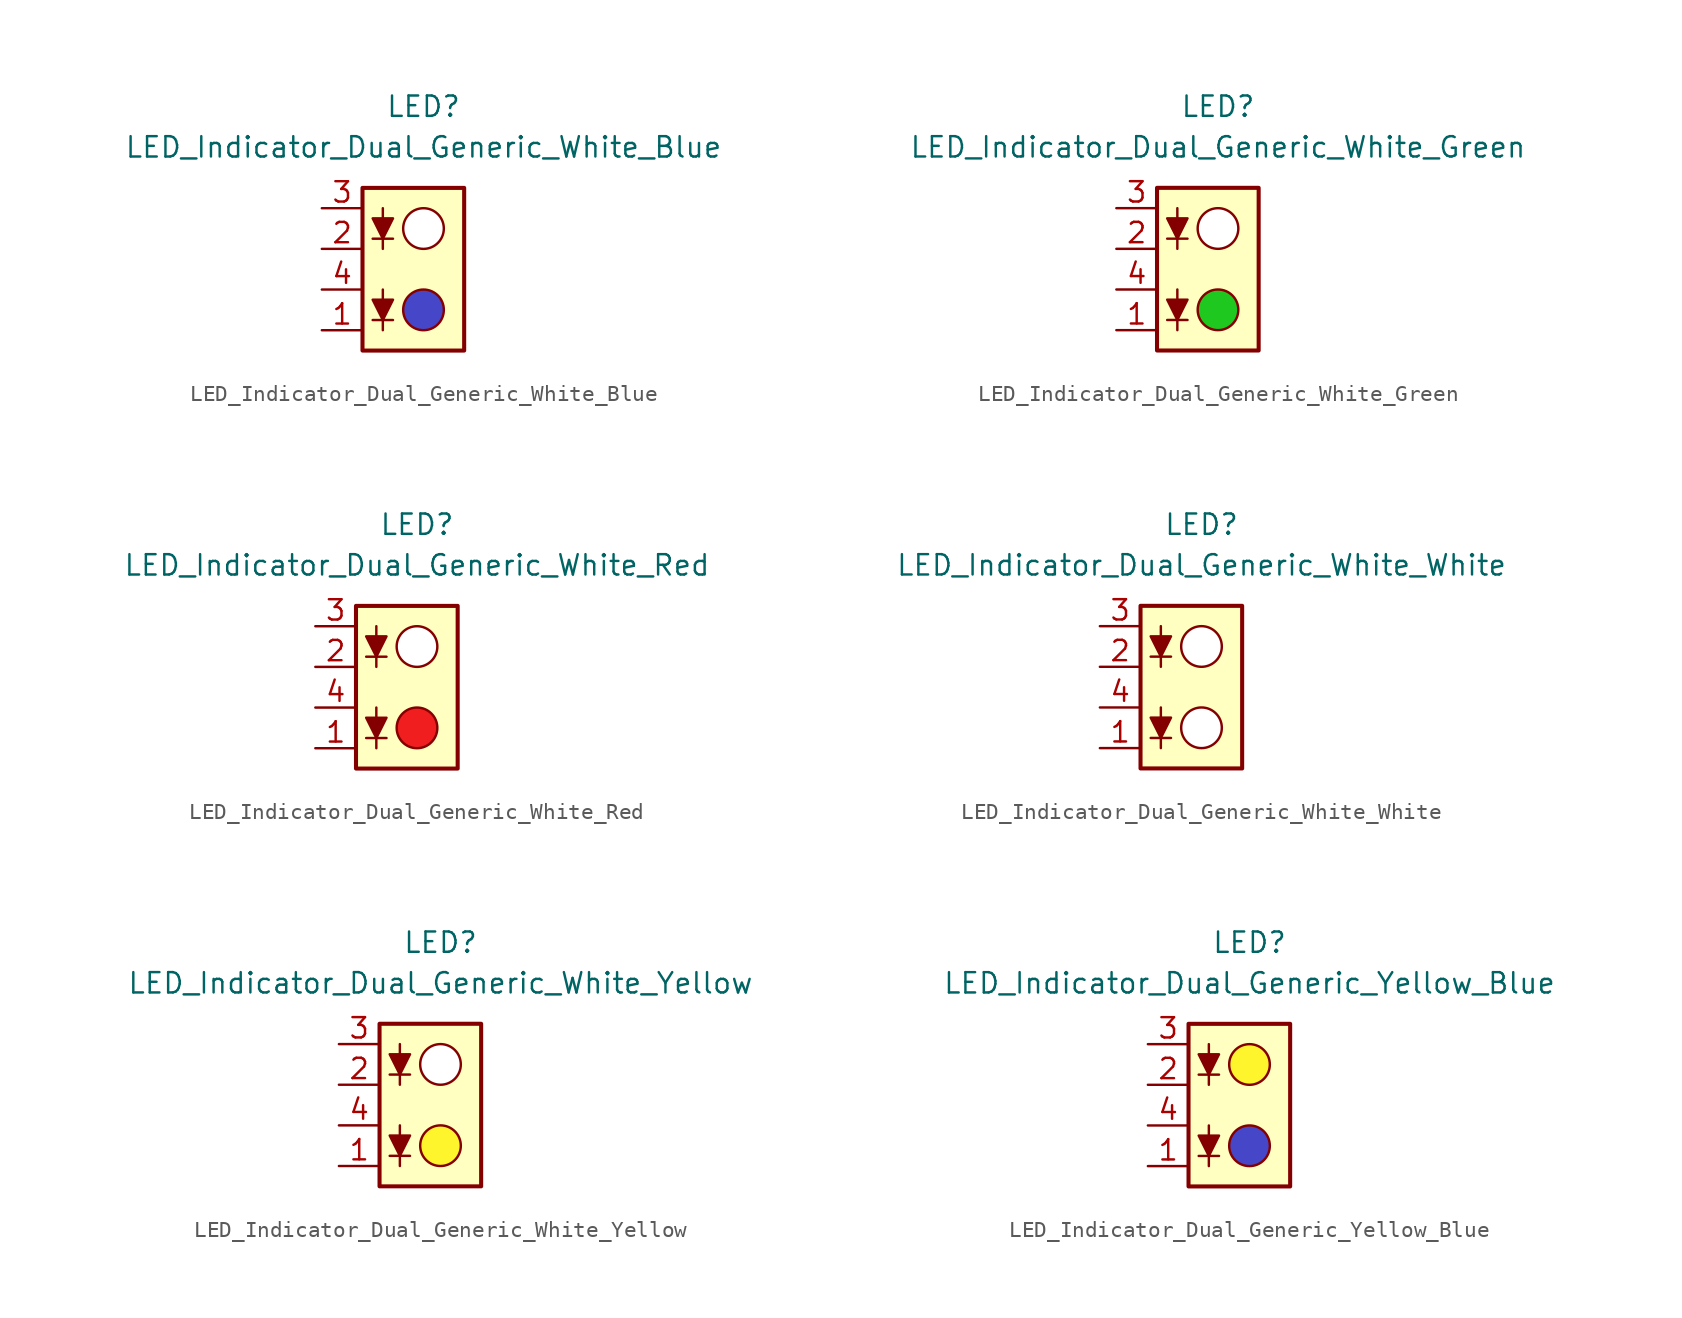
<source format=kicad_sym>
(kicad_symbol_lib
  (version 20231120)
  (generator "kicad_symbol_editor")
  (generator_version "8.0")
  (symbol "LED_Indicator_Dual_Generic_White_Blue"
    (pin_names
      (offset 1.016) hide)
    (property "Reference" "LED"
      (at 0 10.16 0)
      (effects (font (size 1.27 1.27))))
    (property "Value" "LED_Indicator_Dual_Generic_White_Blue"
      (at 0 7.62 0)
      (effects (font (size 1.27 1.27))))
    (symbol "LED_Indicator_Dual_Generic_White_Blue_0_1"
      (rectangle (start -3.81 5.08) (end 2.54 -5.08) (stroke (width 0.254) (type default)) (fill (type background)))
      (circle (center 0 -2.54) (radius 1.27) (stroke (width 0) (type default)) (fill (type color) (color 70 70 200 1)))
      (polyline (pts (xy -3.175 -3.175) (xy -1.905 -3.175)) (stroke (width 0) (type default)) (fill (type none)))
      (polyline (pts (xy -3.175 1.905) (xy -1.905 1.905)) (stroke (width 0) (type default)) (fill (type none)))
      (polyline (pts (xy -2.54 -1.27) (xy -2.54 -3.81)) (stroke (width 0) (type default)) (fill (type none)))
      (polyline (pts (xy -2.54 3.81) (xy -2.54 1.27)) (stroke (width 0) (type default)) (fill (type none)))
      (polyline (pts (xy -2.54 -3.175) (xy -3.175 -1.905) (xy -1.905 -1.905) (xy -2.54 -3.175)) (stroke (width 0) (type default)) (fill (type outline)))
      (polyline (pts (xy -2.54 1.905) (xy -3.175 3.175) (xy -1.905 3.175) (xy -2.54 1.905)) (stroke (width 0) (type default)) (fill (type outline)))
      (circle (center 0 2.54) (radius 1.27) (stroke (width 0) (type default)) (fill (type color) (color 255 255 255 1))))
    (symbol "LED_Indicator_Dual_Generic_White_Blue_1_1"
      (pin passive line (at -6.35 -3.81 0) (length 2.54) (name "K1" (effects (font (size 1.27 1.27)))) (number "1" (effects (font (size 1.27 1.27)))))
      (pin passive line (at -6.35 1.27 0) (length 2.54) (name "K2" (effects (font (size 1.27 1.27)))) (number "2" (effects (font (size 1.27 1.27)))))
      (pin passive line (at -6.35 3.81 0) (length 2.54) (name "A2" (effects (font (size 1.27 1.27)))) (number "3" (effects (font (size 1.27 1.27)))))
      (pin passive line (at -6.35 -1.27 0) (length 2.54) (name "A1" (effects (font (size 1.27 1.27)))) (number "4" (effects (font (size 1.27 1.27)))))))
  (symbol "LED_Indicator_Dual_Generic_White_Green"
    (pin_names
      (offset 1.016) hide)
    (property "Reference" "LED"
      (at 0 10.16 0)
      (effects (font (size 1.27 1.27))))
    (property "Value" "LED_Indicator_Dual_Generic_White_Green"
      (at 0 7.62 0)
      (effects (font (size 1.27 1.27))))
    (symbol "LED_Indicator_Dual_Generic_White_Green_0_1"
      (rectangle (start -3.81 5.08) (end 2.54 -5.08) (stroke (width 0.254) (type default)) (fill (type background)))
      (circle (center 0 -2.54) (radius 1.27) (stroke (width 0) (type default)) (fill (type color) (color 30 200 30 1)))
      (polyline (pts (xy -3.175 -3.175) (xy -1.905 -3.175)) (stroke (width 0) (type default)) (fill (type none)))
      (polyline (pts (xy -3.175 1.905) (xy -1.905 1.905)) (stroke (width 0) (type default)) (fill (type none)))
      (polyline (pts (xy -2.54 -1.27) (xy -2.54 -3.81)) (stroke (width 0) (type default)) (fill (type none)))
      (polyline (pts (xy -2.54 3.81) (xy -2.54 1.27)) (stroke (width 0) (type default)) (fill (type none)))
      (polyline (pts (xy -2.54 -3.175) (xy -3.175 -1.905) (xy -1.905 -1.905) (xy -2.54 -3.175)) (stroke (width 0) (type default)) (fill (type outline)))
      (polyline (pts (xy -2.54 1.905) (xy -3.175 3.175) (xy -1.905 3.175) (xy -2.54 1.905)) (stroke (width 0) (type default)) (fill (type outline)))
      (circle (center 0 2.54) (radius 1.27) (stroke (width 0) (type default)) (fill (type color) (color 255 255 255 1))))
    (symbol "LED_Indicator_Dual_Generic_White_Green_1_1"
      (pin passive line (at -6.35 -3.81 0) (length 2.54) (name "K1" (effects (font (size 1.27 1.27)))) (number "1" (effects (font (size 1.27 1.27)))))
      (pin passive line (at -6.35 1.27 0) (length 2.54) (name "K2" (effects (font (size 1.27 1.27)))) (number "2" (effects (font (size 1.27 1.27)))))
      (pin passive line (at -6.35 3.81 0) (length 2.54) (name "A2" (effects (font (size 1.27 1.27)))) (number "3" (effects (font (size 1.27 1.27)))))
      (pin passive line (at -6.35 -1.27 0) (length 2.54) (name "A1" (effects (font (size 1.27 1.27)))) (number "4" (effects (font (size 1.27 1.27)))))))
  (symbol "LED_Indicator_Dual_Generic_White_Red"
    (pin_names
      (offset 1.016) hide)
    (property "Reference" "LED"
      (at 0 10.16 0)
      (effects (font (size 1.27 1.27))))
    (property "Value" "LED_Indicator_Dual_Generic_White_Red"
      (at 0 7.62 0)
      (effects (font (size 1.27 1.27))))
    (symbol "LED_Indicator_Dual_Generic_White_Red_0_1"
      (rectangle (start -3.81 5.08) (end 2.54 -5.08) (stroke (width 0.254) (type default)) (fill (type background)))
      (circle (center 0 -2.54) (radius 1.27) (stroke (width 0) (type default)) (fill (type color) (color 240 30 30 1)))
      (polyline (pts (xy -3.175 -3.175) (xy -1.905 -3.175)) (stroke (width 0) (type default)) (fill (type none)))
      (polyline (pts (xy -3.175 1.905) (xy -1.905 1.905)) (stroke (width 0) (type default)) (fill (type none)))
      (polyline (pts (xy -2.54 -1.27) (xy -2.54 -3.81)) (stroke (width 0) (type default)) (fill (type none)))
      (polyline (pts (xy -2.54 3.81) (xy -2.54 1.27)) (stroke (width 0) (type default)) (fill (type none)))
      (polyline (pts (xy -2.54 -3.175) (xy -3.175 -1.905) (xy -1.905 -1.905) (xy -2.54 -3.175)) (stroke (width 0) (type default)) (fill (type outline)))
      (polyline (pts (xy -2.54 1.905) (xy -3.175 3.175) (xy -1.905 3.175) (xy -2.54 1.905)) (stroke (width 0) (type default)) (fill (type outline)))
      (circle (center 0 2.54) (radius 1.27) (stroke (width 0) (type default)) (fill (type color) (color 255 255 255 1))))
    (symbol "LED_Indicator_Dual_Generic_White_Red_1_1"
      (pin passive line (at -6.35 -3.81 0) (length 2.54) (name "K1" (effects (font (size 1.27 1.27)))) (number "1" (effects (font (size 1.27 1.27)))))
      (pin passive line (at -6.35 1.27 0) (length 2.54) (name "K2" (effects (font (size 1.27 1.27)))) (number "2" (effects (font (size 1.27 1.27)))))
      (pin passive line (at -6.35 3.81 0) (length 2.54) (name "A2" (effects (font (size 1.27 1.27)))) (number "3" (effects (font (size 1.27 1.27)))))
      (pin passive line (at -6.35 -1.27 0) (length 2.54) (name "A1" (effects (font (size 1.27 1.27)))) (number "4" (effects (font (size 1.27 1.27)))))))
  (symbol "LED_Indicator_Dual_Generic_White_White"
    (pin_names
      (offset 1.016) hide)
    (property "Reference" "LED"
      (at 0 10.16 0)
      (effects (font (size 1.27 1.27))))
    (property "Value" "LED_Indicator_Dual_Generic_White_White"
      (at 0 7.62 0)
      (effects (font (size 1.27 1.27))))
    (symbol "LED_Indicator_Dual_Generic_White_White_0_1"
      (rectangle (start -3.81 5.08) (end 2.54 -5.08) (stroke (width 0.254) (type default)) (fill (type background)))
      (circle (center 0 -2.54) (radius 1.27) (stroke (width 0) (type default)) (fill (type color) (color 255 255 255 1)))
      (polyline (pts (xy -3.175 -3.175) (xy -1.905 -3.175)) (stroke (width 0) (type default)) (fill (type none)))
      (polyline (pts (xy -3.175 1.905) (xy -1.905 1.905)) (stroke (width 0) (type default)) (fill (type none)))
      (polyline (pts (xy -2.54 -1.27) (xy -2.54 -3.81)) (stroke (width 0) (type default)) (fill (type none)))
      (polyline (pts (xy -2.54 3.81) (xy -2.54 1.27)) (stroke (width 0) (type default)) (fill (type none)))
      (polyline (pts (xy -2.54 -3.175) (xy -3.175 -1.905) (xy -1.905 -1.905) (xy -2.54 -3.175)) (stroke (width 0) (type default)) (fill (type outline)))
      (polyline (pts (xy -2.54 1.905) (xy -3.175 3.175) (xy -1.905 3.175) (xy -2.54 1.905)) (stroke (width 0) (type default)) (fill (type outline)))
      (circle (center 0 2.54) (radius 1.27) (stroke (width 0) (type default)) (fill (type color) (color 255 255 255 1))))
    (symbol "LED_Indicator_Dual_Generic_White_White_1_1"
      (pin passive line (at -6.35 -3.81 0) (length 2.54) (name "K1" (effects (font (size 1.27 1.27)))) (number "1" (effects (font (size 1.27 1.27)))))
      (pin passive line (at -6.35 1.27 0) (length 2.54) (name "K2" (effects (font (size 1.27 1.27)))) (number "2" (effects (font (size 1.27 1.27)))))
      (pin passive line (at -6.35 3.81 0) (length 2.54) (name "A2" (effects (font (size 1.27 1.27)))) (number "3" (effects (font (size 1.27 1.27)))))
      (pin passive line (at -6.35 -1.27 0) (length 2.54) (name "A1" (effects (font (size 1.27 1.27)))) (number "4" (effects (font (size 1.27 1.27)))))))
  (symbol "LED_Indicator_Dual_Generic_White_Yellow"
    (pin_names
      (offset 1.016) hide)
    (property "Reference" "LED"
      (at 0 10.16 0)
      (effects (font (size 1.27 1.27))))
    (property "Value" "LED_Indicator_Dual_Generic_White_Yellow"
      (at 0 7.62 0)
      (effects (font (size 1.27 1.27))))
    (symbol "LED_Indicator_Dual_Generic_White_Yellow_0_1"
      (rectangle (start -3.81 5.08) (end 2.54 -5.08) (stroke (width 0.254) (type default)) (fill (type background)))
      (circle (center 0 -2.54) (radius 1.27) (stroke (width 0) (type default)) (fill (type color) (color 255 245 45 1)))
      (polyline (pts (xy -3.175 -3.175) (xy -1.905 -3.175)) (stroke (width 0) (type default)) (fill (type none)))
      (polyline (pts (xy -3.175 1.905) (xy -1.905 1.905)) (stroke (width 0) (type default)) (fill (type none)))
      (polyline (pts (xy -2.54 -1.27) (xy -2.54 -3.81)) (stroke (width 0) (type default)) (fill (type none)))
      (polyline (pts (xy -2.54 3.81) (xy -2.54 1.27)) (stroke (width 0) (type default)) (fill (type none)))
      (polyline (pts (xy -2.54 -3.175) (xy -3.175 -1.905) (xy -1.905 -1.905) (xy -2.54 -3.175)) (stroke (width 0) (type default)) (fill (type outline)))
      (polyline (pts (xy -2.54 1.905) (xy -3.175 3.175) (xy -1.905 3.175) (xy -2.54 1.905)) (stroke (width 0) (type default)) (fill (type outline)))
      (circle (center 0 2.54) (radius 1.27) (stroke (width 0) (type default)) (fill (type color) (color 255 255 255 1))))
    (symbol "LED_Indicator_Dual_Generic_White_Yellow_1_1"
      (pin passive line (at -6.35 -3.81 0) (length 2.54) (name "K1" (effects (font (size 1.27 1.27)))) (number "1" (effects (font (size 1.27 1.27)))))
      (pin passive line (at -6.35 1.27 0) (length 2.54) (name "K2" (effects (font (size 1.27 1.27)))) (number "2" (effects (font (size 1.27 1.27)))))
      (pin passive line (at -6.35 3.81 0) (length 2.54) (name "A2" (effects (font (size 1.27 1.27)))) (number "3" (effects (font (size 1.27 1.27)))))
      (pin passive line (at -6.35 -1.27 0) (length 2.54) (name "A1" (effects (font (size 1.27 1.27)))) (number "4" (effects (font (size 1.27 1.27)))))))
  (symbol "LED_Indicator_Dual_Generic_Yellow_Blue"
    (pin_names
      (offset 1.016) hide)
    (property "Reference" "LED"
      (at 0 10.16 0)
      (effects (font (size 1.27 1.27))))
    (property "Value" "LED_Indicator_Dual_Generic_Yellow_Blue"
      (at 0 7.62 0)
      (effects (font (size 1.27 1.27))))
    (symbol "LED_Indicator_Dual_Generic_Yellow_Blue_0_1"
      (rectangle (start -3.81 5.08) (end 2.54 -5.08) (stroke (width 0.254) (type default)) (fill (type background)))
      (circle (center 0 -2.54) (radius 1.27) (stroke (width 0) (type default)) (fill (type color) (color 70 70 200 1)))
      (polyline (pts (xy -3.175 -3.175) (xy -1.905 -3.175)) (stroke (width 0) (type default)) (fill (type none)))
      (polyline (pts (xy -3.175 1.905) (xy -1.905 1.905)) (stroke (width 0) (type default)) (fill (type none)))
      (polyline (pts (xy -2.54 -1.27) (xy -2.54 -3.81)) (stroke (width 0) (type default)) (fill (type none)))
      (polyline (pts (xy -2.54 3.81) (xy -2.54 1.27)) (stroke (width 0) (type default)) (fill (type none)))
      (polyline (pts (xy -2.54 -3.175) (xy -3.175 -1.905) (xy -1.905 -1.905) (xy -2.54 -3.175)) (stroke (width 0) (type default)) (fill (type outline)))
      (polyline (pts (xy -2.54 1.905) (xy -3.175 3.175) (xy -1.905 3.175) (xy -2.54 1.905)) (stroke (width 0) (type default)) (fill (type outline)))
      (circle (center 0 2.54) (radius 1.27) (stroke (width 0) (type default)) (fill (type color) (color 255 245 45 1))))
    (symbol "LED_Indicator_Dual_Generic_Yellow_Blue_1_1"
      (pin passive line (at -6.35 -3.81 0) (length 2.54) (name "K1" (effects (font (size 1.27 1.27)))) (number "1" (effects (font (size 1.27 1.27)))))
      (pin passive line (at -6.35 1.27 0) (length 2.54) (name "K2" (effects (font (size 1.27 1.27)))) (number "2" (effects (font (size 1.27 1.27)))))
      (pin passive line (at -6.35 3.81 0) (length 2.54) (name "A2" (effects (font (size 1.27 1.27)))) (number "3" (effects (font (size 1.27 1.27)))))
      (pin passive line (at -6.35 -1.27 0) (length 2.54) (name "A1" (effects (font (size 1.27 1.27)))) (number "4" (effects (font (size 1.27 1.27))))))))
</source>
